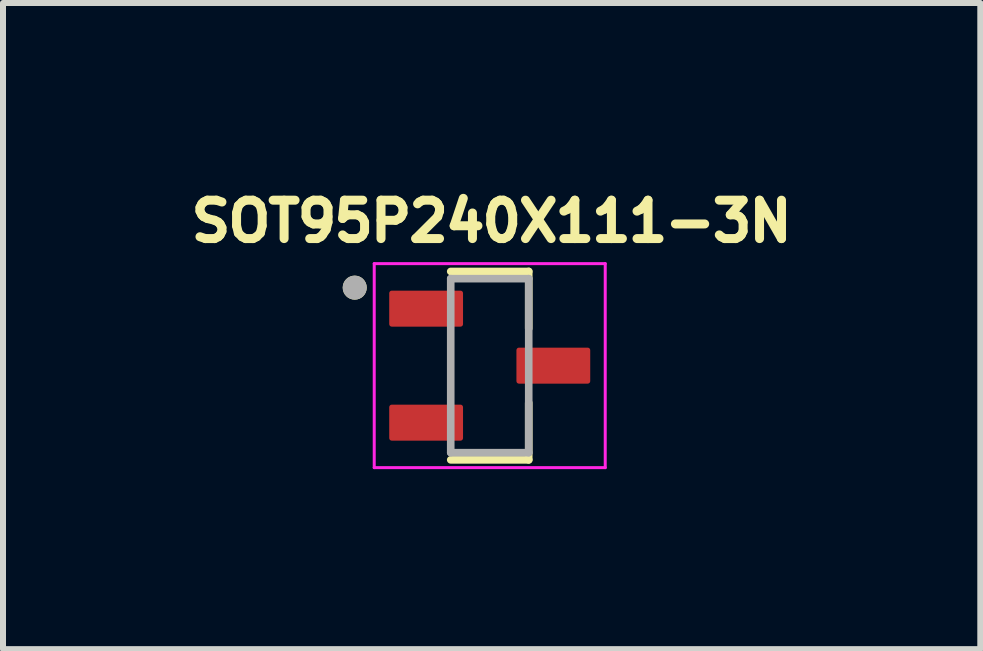
<source format=kicad_pcb>
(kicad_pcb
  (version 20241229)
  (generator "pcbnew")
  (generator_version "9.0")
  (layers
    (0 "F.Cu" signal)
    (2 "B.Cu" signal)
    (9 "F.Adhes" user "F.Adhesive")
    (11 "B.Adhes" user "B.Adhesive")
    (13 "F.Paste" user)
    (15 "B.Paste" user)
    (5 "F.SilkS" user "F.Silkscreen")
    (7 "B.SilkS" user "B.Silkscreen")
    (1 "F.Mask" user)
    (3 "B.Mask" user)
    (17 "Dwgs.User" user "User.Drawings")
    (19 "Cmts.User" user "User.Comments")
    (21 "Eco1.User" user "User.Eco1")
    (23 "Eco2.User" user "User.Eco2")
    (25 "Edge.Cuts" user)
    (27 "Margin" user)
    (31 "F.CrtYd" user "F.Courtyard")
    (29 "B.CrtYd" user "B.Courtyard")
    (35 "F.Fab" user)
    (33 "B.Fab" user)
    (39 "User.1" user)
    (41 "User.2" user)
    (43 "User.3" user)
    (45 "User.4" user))
  (footprint "SOT95P240X111-3N"
    (layer "F.Cu")
    (at 5.112 3.044)
    (property "Reference" "SOT95P240X111-3N" (at 0.032 -2.406 0) (layer "F.SilkS") (effects (font (size 0.64 0.64) (thickness 0.15))))
    (attr through_hole)
    (fp_line (start -0.65 -1.57) (end 0.65 -1.57) (stroke (width 0.127) (type solid)) (layer "F.SilkS"))
    (fp_line (start -0.65 1.57) (end 0.65 1.57) (stroke (width 0.127) (type solid)) (layer "F.SilkS"))
    (fp_line (start 0.65 -1.57) (end 0.65 -0.62) (stroke (width 0.127) (type solid)) (layer "F.SilkS"))
    (fp_line (start 0.65 1.57) (end 0.65 0.62) (stroke (width 0.127) (type solid)) (layer "F.SilkS"))
    (fp_circle (center -2.25 -1.3) (end -2.15 -1.3) (stroke (width 0.2) (type solid)) (fill no) (layer "F.SilkS"))
    (fp_line (start -1.925 -1.7) (end 1.925 -1.7) (stroke (width 0.05) (type solid)) (layer "F.CrtYd"))
    (fp_line (start -1.925 1.7) (end -1.925 -1.7) (stroke (width 0.05) (type solid)) (layer "F.CrtYd"))
    (fp_line (start 1.925 1.7) (end -1.925 1.7) (stroke (width 0.05) (type solid)) (layer "F.CrtYd"))
    (fp_line (start 1.925 1.7) (end 1.925 -1.7) (stroke (width 0.05) (type solid)) (layer "F.CrtYd"))
    (fp_line (start -0.65 -1.45) (end 0.65 -1.45) (stroke (width 0.127) (type solid)) (layer "F.Fab"))
    (fp_line (start -0.65 1.45) (end -0.65 -1.45) (stroke (width 0.127) (type solid)) (layer "F.Fab"))
    (fp_line (start 0.65 -1.45) (end 0.65 1.45) (stroke (width 0.127) (type solid)) (layer "F.Fab"))
    (fp_line (start 0.65 1.45) (end -0.65 1.45) (stroke (width 0.127) (type solid)) (layer "F.Fab"))
    (fp_circle (center -2.25 -1.3) (end -2.15 -1.3) (stroke (width 0.2) (type solid)) (fill no) (layer "F.Fab"))
    (pad "1" smd roundrect (at -1.06 -0.95) (size 1.23 0.6) (layers "F.Cu" "F.Mask" "F.Paste") (roundrect_rratio 0.07))
    (pad "2" smd roundrect (at -1.06 0.95) (size 1.23 0.6) (layers "F.Cu" "F.Mask" "F.Paste") (roundrect_rratio 0.07))
    (pad "3" smd roundrect (at 1.06 0) (size 1.23 0.6) (layers "F.Cu" "F.Mask" "F.Paste") (roundrect_rratio 0.07)))
  (gr_rect
    (start -3 -3)
    (end 13.288 7.769)
    (stroke (width 0.1) (type default))
    (fill no)
    (layer "Edge.Cuts")))
</source>
